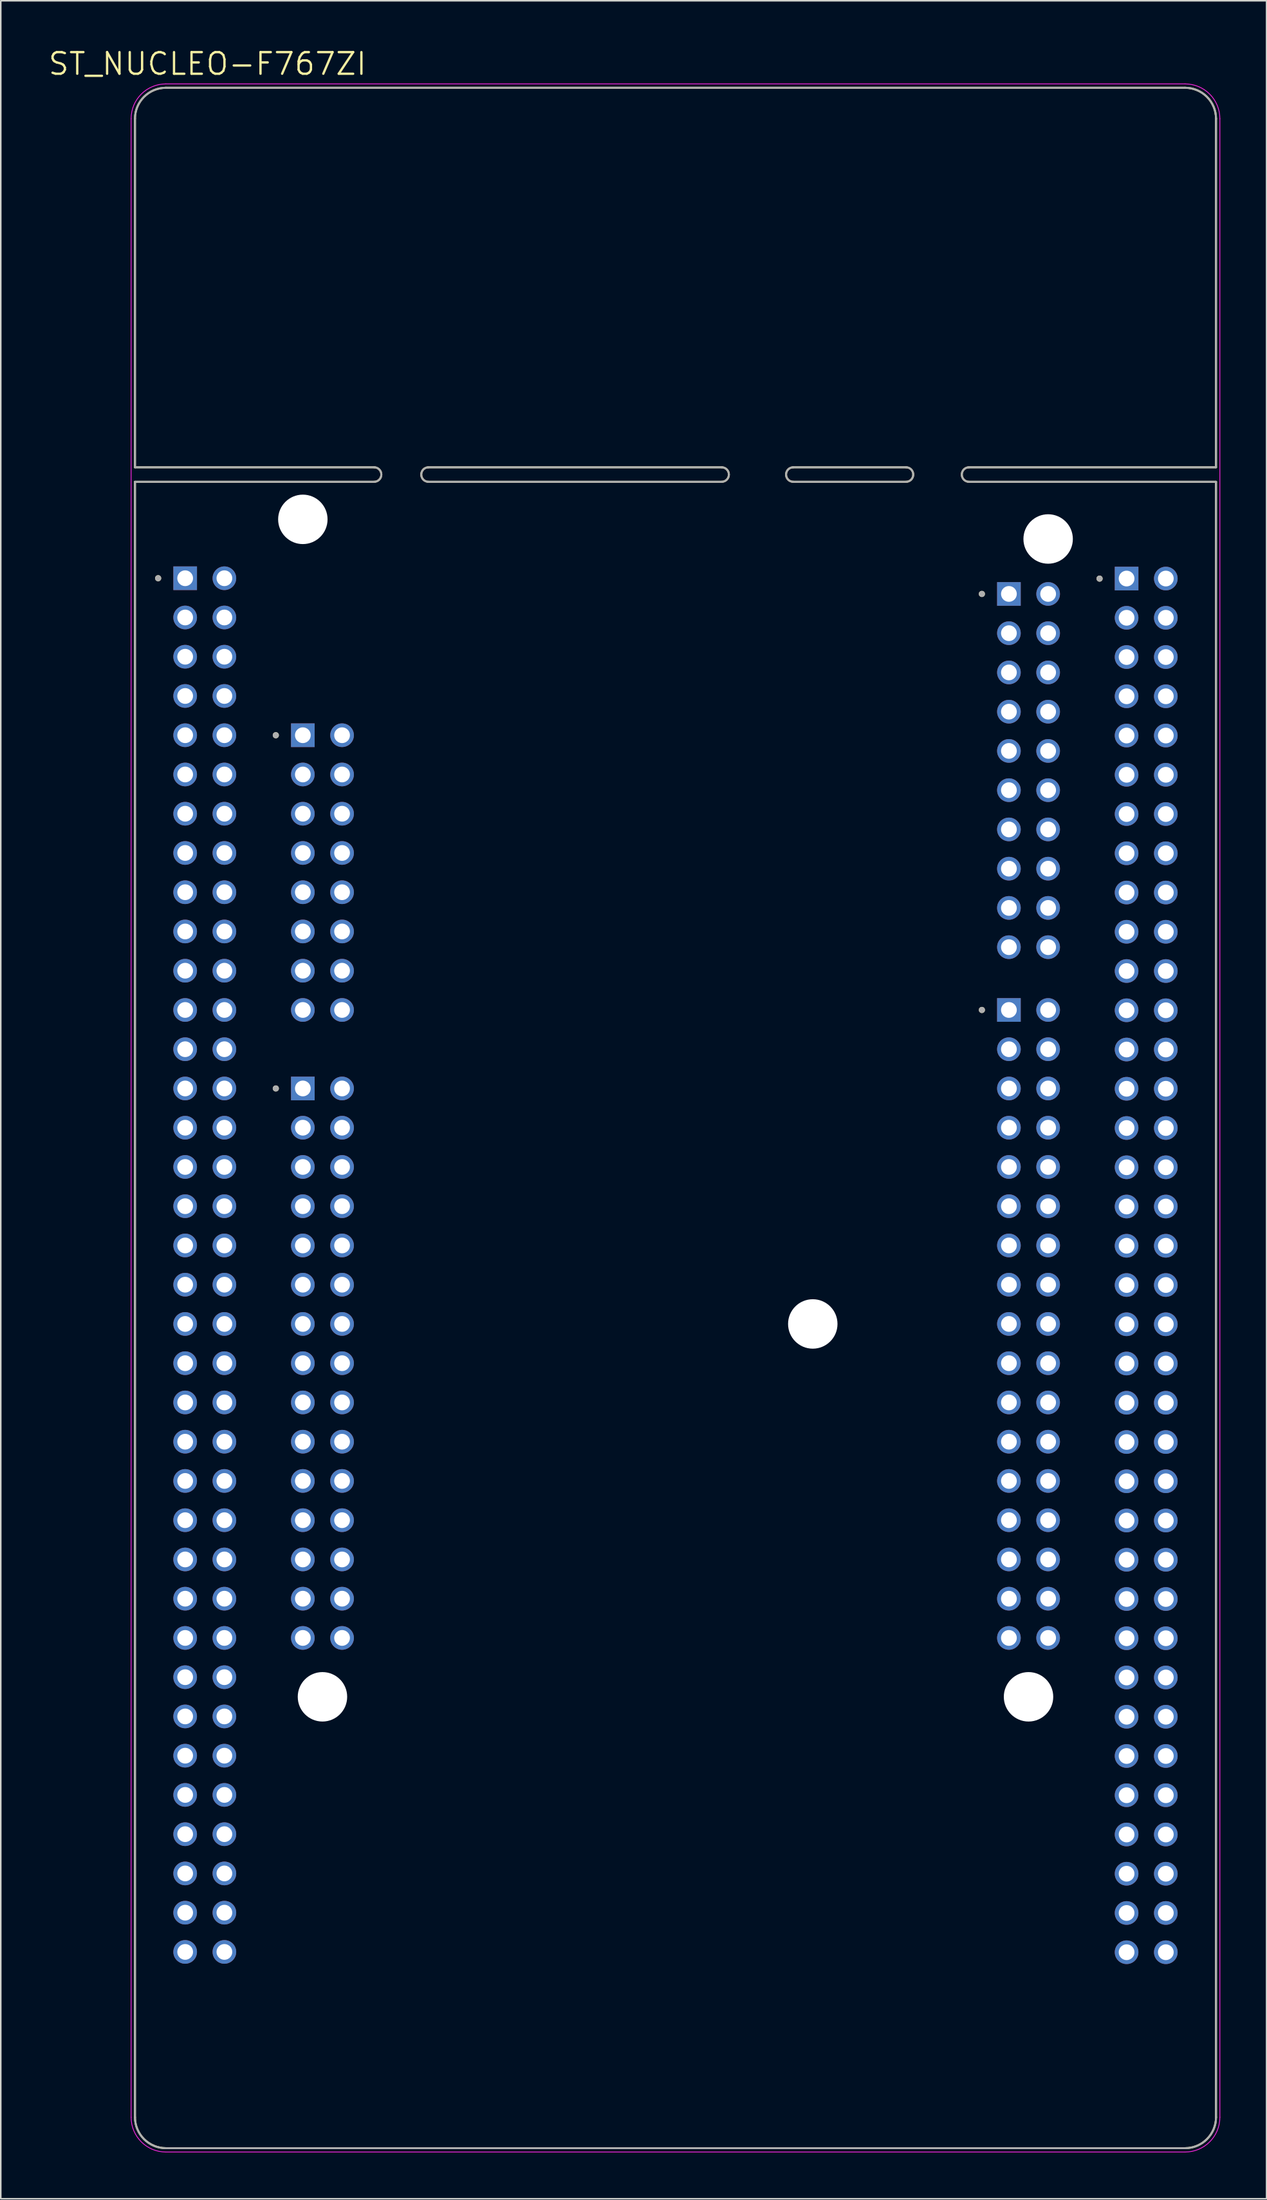
<source format=kicad_pcb>
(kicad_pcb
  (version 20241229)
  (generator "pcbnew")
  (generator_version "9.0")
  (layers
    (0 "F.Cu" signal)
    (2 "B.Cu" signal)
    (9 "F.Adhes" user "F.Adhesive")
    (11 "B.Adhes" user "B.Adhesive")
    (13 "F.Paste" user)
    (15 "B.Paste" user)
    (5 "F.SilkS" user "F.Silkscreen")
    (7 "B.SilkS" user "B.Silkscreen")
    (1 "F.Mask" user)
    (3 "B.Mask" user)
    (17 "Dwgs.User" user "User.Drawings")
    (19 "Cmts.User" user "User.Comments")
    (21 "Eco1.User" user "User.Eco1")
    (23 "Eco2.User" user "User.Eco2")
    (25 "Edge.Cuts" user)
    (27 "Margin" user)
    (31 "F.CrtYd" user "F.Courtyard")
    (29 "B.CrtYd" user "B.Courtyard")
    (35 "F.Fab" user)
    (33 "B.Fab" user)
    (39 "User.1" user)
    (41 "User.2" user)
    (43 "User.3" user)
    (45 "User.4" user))
  (footprint "ST_NUCLEO-F767ZI"
    (layer "F.Cu")
    (at 40.69 69.301)
    (property "Reference" "ST_NUCLEO-F767ZI" (at -30.305 -68.219 0) (layer "F.SilkS") (effects (font (size 1.4 1.4) (thickness 0.15))))
    (attr through_hole)
    (fp_line (start -35 -64.67) (end -35 -42.11) (stroke (width 0.127) (type solid)) (layer "F.SilkS"))
    (fp_line (start -35 -42.11) (end -19.507 -42.11) (stroke (width 0.127) (type solid)) (layer "F.SilkS"))
    (fp_line (start -35 -41.17) (end -35 64.67) (stroke (width 0.127) (type solid)) (layer "F.SilkS"))
    (fp_line (start -35 -41.17) (end -19.507 -41.17) (stroke (width 0.127) (type solid)) (layer "F.SilkS"))
    (fp_line (start -33 66.67) (end 33 66.67) (stroke (width 0.127) (type solid)) (layer "F.SilkS"))
    (fp_line (start -16.002 -42.11) (end 2.997 -42.11) (stroke (width 0.127) (type solid)) (layer "F.SilkS"))
    (fp_line (start -16.002 -41.17) (end 2.997 -41.17) (stroke (width 0.127) (type solid)) (layer "F.SilkS"))
    (fp_line (start 7.62 -42.11) (end 14.935 -42.11) (stroke (width 0.127) (type solid)) (layer "F.SilkS"))
    (fp_line (start 7.62 -41.17) (end 14.935 -41.17) (stroke (width 0.127) (type solid)) (layer "F.SilkS"))
    (fp_line (start 18.999 -42.11) (end 35 -42.11) (stroke (width 0.127) (type solid)) (layer "F.SilkS"))
    (fp_line (start 18.999 -41.17) (end 35 -41.17) (stroke (width 0.127) (type solid)) (layer "F.SilkS"))
    (fp_line (start 33 -66.67) (end -33 -66.67) (stroke (width 0.127) (type solid)) (layer "F.SilkS"))
    (fp_line (start 35 -42.11) (end 35 -64.67) (stroke (width 0.127) (type solid)) (layer "F.SilkS"))
    (fp_line (start 35 64.67) (end 35 -41.17) (stroke (width 0.127) (type solid)) (layer "F.SilkS"))
    (fp_arc (start -35 -64.67) (mid -34.414214 -66.084214) (end -33 -66.67) (stroke (width 0.127) (type solid)) (layer "F.SilkS"))
    (fp_arc (start -33 66.67) (mid -34.414214 66.084214) (end -35 64.67) (stroke (width 0.127) (type solid)) (layer "F.SilkS"))
    (fp_arc (start -19.507199 -42.11) (mid -19.044602 -41.64) (end -19.5072 -41.17) (stroke (width 0.127) (type solid)) (layer "F.SilkS"))
    (fp_arc (start -16.002001 -41.17) (mid -16.464598 -41.64) (end -16.002 -42.11) (stroke (width 0.127) (type solid)) (layer "F.SilkS"))
    (fp_arc (start 2.997201 -42.11) (mid 3.459798 -41.64) (end 2.9972 -41.17) (stroke (width 0.127) (type solid)) (layer "F.SilkS"))
    (fp_arc (start 7.619999 -41.17) (mid 7.157402 -41.64) (end 7.62 -42.11) (stroke (width 0.127) (type solid)) (layer "F.SilkS"))
    (fp_arc (start 14.935201 -42.11) (mid 15.397798 -41.64) (end 14.9352 -41.17) (stroke (width 0.127) (type solid)) (layer "F.SilkS"))
    (fp_arc (start 18.999199 -41.17) (mid 18.536602 -41.64) (end 18.9992 -42.11) (stroke (width 0.127) (type solid)) (layer "F.SilkS"))
    (fp_arc (start 33 -66.67) (mid 34.414214 -66.084214) (end 35 -64.67) (stroke (width 0.127) (type solid)) (layer "F.SilkS"))
    (fp_arc (start 35 64.67) (mid 34.414214 66.084214) (end 33 66.67) (stroke (width 0.127) (type solid)) (layer "F.SilkS"))
    (fp_circle (center -33.5 -34.93) (end -33.4 -34.93) (stroke (width 0.2) (type solid)) (fill no) (layer "F.SilkS"))
    (fp_circle (center -25.88 -24.77) (end -25.78 -24.77) (stroke (width 0.2) (type solid)) (fill no) (layer "F.SilkS"))
    (fp_circle (center -25.88 -1.91) (end -25.78 -1.91) (stroke (width 0.2) (type solid)) (fill no) (layer "F.SilkS"))
    (fp_circle (center 19.84 -33.914) (end 19.94 -33.914) (stroke (width 0.2) (type solid)) (fill no) (layer "F.SilkS"))
    (fp_circle (center 19.84 -6.99) (end 19.94 -6.99) (stroke (width 0.2) (type solid)) (fill no) (layer "F.SilkS"))
    (fp_circle (center 27.46 -34.905) (end 27.56 -34.905) (stroke (width 0.2) (type solid)) (fill no) (layer "F.SilkS"))
    (fp_line (start -35.25 -64.67) (end -35.25 64.67) (stroke (width 0.05) (type solid)) (layer "F.CrtYd"))
    (fp_line (start -33 66.92) (end 33 66.92) (stroke (width 0.05) (type solid)) (layer "F.CrtYd"))
    (fp_line (start 33 -66.92) (end -33 -66.92) (stroke (width 0.05) (type solid)) (layer "F.CrtYd"))
    (fp_line (start 35.25 64.67) (end 35.25 -64.67) (stroke (width 0.05) (type solid)) (layer "F.CrtYd"))
    (fp_arc (start -35.25 -64.67) (mid -34.59099 -66.26099) (end -33 -66.92) (stroke (width 0.05) (type solid)) (layer "F.CrtYd"))
    (fp_arc (start -33 66.92) (mid -34.59099 66.26099) (end -35.25 64.67) (stroke (width 0.05) (type solid)) (layer "F.CrtYd"))
    (fp_arc (start 33 -66.92) (mid 34.59099 -66.26099) (end 35.25 -64.67) (stroke (width 0.05) (type solid)) (layer "F.CrtYd"))
    (fp_arc (start 35.25 64.67) (mid 34.59099 66.26099) (end 33 66.92) (stroke (width 0.05) (type solid)) (layer "F.CrtYd"))
    (fp_line (start -35 -64.67) (end -35 -42.11) (stroke (width 0.127) (type solid)) (layer "F.Fab"))
    (fp_line (start -35 -42.11) (end -19.507 -42.11) (stroke (width 0.127) (type solid)) (layer "F.Fab"))
    (fp_line (start -35 -41.17) (end -35 64.67) (stroke (width 0.127) (type solid)) (layer "F.Fab"))
    (fp_line (start -35 -41.17) (end -19.507 -41.17) (stroke (width 0.127) (type solid)) (layer "F.Fab"))
    (fp_line (start -33 66.67) (end 33 66.67) (stroke (width 0.127) (type solid)) (layer "F.Fab"))
    (fp_line (start -16.002 -42.11) (end 2.997 -42.11) (stroke (width 0.127) (type solid)) (layer "F.Fab"))
    (fp_line (start -16.002 -41.17) (end 2.997 -41.17) (stroke (width 0.127) (type solid)) (layer "F.Fab"))
    (fp_line (start 7.62 -42.11) (end 14.935 -42.11) (stroke (width 0.127) (type solid)) (layer "F.Fab"))
    (fp_line (start 7.62 -41.17) (end 14.935 -41.17) (stroke (width 0.127) (type solid)) (layer "F.Fab"))
    (fp_line (start 18.999 -42.11) (end 35 -42.11) (stroke (width 0.127) (type solid)) (layer "F.Fab"))
    (fp_line (start 18.999 -41.17) (end 35 -41.17) (stroke (width 0.127) (type solid)) (layer "F.Fab"))
    (fp_line (start 33 -66.67) (end -33 -66.67) (stroke (width 0.127) (type solid)) (layer "F.Fab"))
    (fp_line (start 35 -42.11) (end 35 -64.67) (stroke (width 0.127) (type solid)) (layer "F.Fab"))
    (fp_line (start 35 64.67) (end 35 -41.17) (stroke (width 0.127) (type solid)) (layer "F.Fab"))
    (fp_arc (start -35 -64.67) (mid -34.414214 -66.084214) (end -33 -66.67) (stroke (width 0.127) (type solid)) (layer "F.Fab"))
    (fp_arc (start -33 66.67) (mid -34.414214 66.084214) (end -35 64.67) (stroke (width 0.127) (type solid)) (layer "F.Fab"))
    (fp_arc (start -19.507199 -42.11) (mid -19.044602 -41.64) (end -19.5072 -41.17) (stroke (width 0.127) (type solid)) (layer "F.Fab"))
    (fp_arc (start -16.002001 -41.17) (mid -16.464598 -41.64) (end -16.002 -42.11) (stroke (width 0.127) (type solid)) (layer "F.Fab"))
    (fp_arc (start 2.997201 -42.11) (mid 3.459798 -41.64) (end 2.9972 -41.17) (stroke (width 0.127) (type solid)) (layer "F.Fab"))
    (fp_arc (start 7.619999 -41.17) (mid 7.157402 -41.64) (end 7.62 -42.11) (stroke (width 0.127) (type solid)) (layer "F.Fab"))
    (fp_arc (start 14.935201 -42.11) (mid 15.397798 -41.64) (end 14.9352 -41.17) (stroke (width 0.127) (type solid)) (layer "F.Fab"))
    (fp_arc (start 18.999199 -41.17) (mid 18.536602 -41.64) (end 18.9992 -42.11) (stroke (width 0.127) (type solid)) (layer "F.Fab"))
    (fp_arc (start 33 -66.67) (mid 34.414214 -66.084214) (end 35 -64.67) (stroke (width 0.127) (type solid)) (layer "F.Fab"))
    (fp_arc (start 35 64.67) (mid 34.414214 66.084214) (end 33 66.67) (stroke (width 0.127) (type solid)) (layer "F.Fab"))
    (fp_circle (center -33.5 -34.93) (end -33.4 -34.93) (stroke (width 0.2) (type solid)) (fill no) (layer "F.Fab"))
    (fp_circle (center -25.88 -24.77) (end -25.78 -24.77) (stroke (width 0.2) (type solid)) (fill no) (layer "F.Fab"))
    (fp_circle (center -25.88 -1.91) (end -25.78 -1.91) (stroke (width 0.2) (type solid)) (fill no) (layer "F.Fab"))
    (fp_circle (center 19.84 -33.914) (end 19.94 -33.914) (stroke (width 0.2) (type solid)) (fill no) (layer "F.Fab"))
    (fp_circle (center 19.84 -6.99) (end 19.94 -6.99) (stroke (width 0.2) (type solid)) (fill no) (layer "F.Fab"))
    (fp_circle (center 27.46 -34.905) (end 27.56 -34.905) (stroke (width 0.2) (type solid)) (fill no) (layer "F.Fab"))
    (pad "" np_thru_hole circle (at -24.13 -38.74) (size 3.2 3.2) (drill 3.2) (layers "*.Cu" "*.Mask"))
    (pad "" np_thru_hole circle (at -22.86 37.46) (size 3.2 3.2) (drill 3.2) (layers "*.Cu" "*.Mask"))
    (pad "" np_thru_hole circle (at 8.89 13.33) (size 3.2 3.2) (drill 3.2) (layers "*.Cu" "*.Mask"))
    (pad "" np_thru_hole circle (at 22.86 37.46) (size 3.2 3.2) (drill 3.2) (layers "*.Cu" "*.Mask"))
    (pad "" np_thru_hole circle (at 24.13 -37.47) (size 3.2 3.2) (drill 3.2) (layers "*.Cu" "*.Mask"))
    (pad "CN7_1" thru_hole rect (at 21.59 -33.914) (size 1.53 1.53) (drill 1.02) (layers "*.Cu" "*.Mask"))
    (pad "CN7_2" thru_hole circle (at 24.13 -33.914) (size 1.53 1.53) (drill 1.02) (layers "*.Cu" "*.Mask"))
    (pad "CN7_3" thru_hole circle (at 21.59 -31.374) (size 1.53 1.53) (drill 1.02) (layers "*.Cu" "*.Mask"))
    (pad "CN7_4" thru_hole circle (at 24.13 -31.374) (size 1.53 1.53) (drill 1.02) (layers "*.Cu" "*.Mask"))
    (pad "CN7_5" thru_hole circle (at 21.59 -28.834) (size 1.53 1.53) (drill 1.02) (layers "*.Cu" "*.Mask"))
    (pad "CN7_6" thru_hole circle (at 24.13 -28.834) (size 1.53 1.53) (drill 1.02) (layers "*.Cu" "*.Mask"))
    (pad "CN7_7" thru_hole circle (at 21.59 -26.294) (size 1.53 1.53) (drill 1.02) (layers "*.Cu" "*.Mask"))
    (pad "CN7_8" thru_hole circle (at 24.13 -26.294) (size 1.53 1.53) (drill 1.02) (layers "*.Cu" "*.Mask"))
    (pad "CN7_9" thru_hole circle (at 21.59 -23.754) (size 1.53 1.53) (drill 1.02) (layers "*.Cu" "*.Mask"))
    (pad "CN7_10" thru_hole circle (at 24.13 -23.754) (size 1.53 1.53) (drill 1.02) (layers "*.Cu" "*.Mask"))
    (pad "CN7_11" thru_hole circle (at 21.59 -21.214) (size 1.53 1.53) (drill 1.02) (layers "*.Cu" "*.Mask"))
    (pad "CN7_12" thru_hole circle (at 24.13 -21.214) (size 1.53 1.53) (drill 1.02) (layers "*.Cu" "*.Mask"))
    (pad "CN7_13" thru_hole circle (at 21.59 -18.674) (size 1.53 1.53) (drill 1.02) (layers "*.Cu" "*.Mask"))
    (pad "CN7_14" thru_hole circle (at 24.13 -18.674) (size 1.53 1.53) (drill 1.02) (layers "*.Cu" "*.Mask"))
    (pad "CN7_15" thru_hole circle (at 21.59 -16.134) (size 1.53 1.53) (drill 1.02) (layers "*.Cu" "*.Mask"))
    (pad "CN7_16" thru_hole circle (at 24.13 -16.134) (size 1.53 1.53) (drill 1.02) (layers "*.Cu" "*.Mask"))
    (pad "CN7_17" thru_hole circle (at 21.59 -13.594) (size 1.53 1.53) (drill 1.02) (layers "*.Cu" "*.Mask"))
    (pad "CN7_18" thru_hole circle (at 24.13 -13.594) (size 1.53 1.53) (drill 1.02) (layers "*.Cu" "*.Mask"))
    (pad "CN7_19" thru_hole circle (at 21.59 -11.054) (size 1.53 1.53) (drill 1.02) (layers "*.Cu" "*.Mask"))
    (pad "CN7_20" thru_hole circle (at 24.13 -11.054) (size 1.53 1.53) (drill 1.02) (layers "*.Cu" "*.Mask"))
    (pad "CN8_1" thru_hole rect (at -24.13 -24.77) (size 1.53 1.53) (drill 1.02) (layers "*.Cu" "*.Mask"))
    (pad "CN8_2" thru_hole circle (at -21.59 -24.77) (size 1.53 1.53) (drill 1.02) (layers "*.Cu" "*.Mask"))
    (pad "CN8_3" thru_hole circle (at -24.13 -22.23) (size 1.53 1.53) (drill 1.02) (layers "*.Cu" "*.Mask"))
    (pad "CN8_4" thru_hole circle (at -21.59 -22.23) (size 1.53 1.53) (drill 1.02) (layers "*.Cu" "*.Mask"))
    (pad "CN8_5" thru_hole circle (at -24.13 -19.69) (size 1.53 1.53) (drill 1.02) (layers "*.Cu" "*.Mask"))
    (pad "CN8_6" thru_hole circle (at -21.59 -19.69) (size 1.53 1.53) (drill 1.02) (layers "*.Cu" "*.Mask"))
    (pad "CN8_7" thru_hole circle (at -24.13 -17.15) (size 1.53 1.53) (drill 1.02) (layers "*.Cu" "*.Mask"))
    (pad "CN8_8" thru_hole circle (at -21.59 -17.15) (size 1.53 1.53) (drill 1.02) (layers "*.Cu" "*.Mask"))
    (pad "CN8_9" thru_hole circle (at -24.13 -14.61) (size 1.53 1.53) (drill 1.02) (layers "*.Cu" "*.Mask"))
    (pad "CN8_10" thru_hole circle (at -21.59 -14.61) (size 1.53 1.53) (drill 1.02) (layers "*.Cu" "*.Mask"))
    (pad "CN8_11" thru_hole circle (at -24.13 -12.07) (size 1.53 1.53) (drill 1.02) (layers "*.Cu" "*.Mask"))
    (pad "CN8_12" thru_hole circle (at -21.59 -12.07) (size 1.53 1.53) (drill 1.02) (layers "*.Cu" "*.Mask"))
    (pad "CN8_13" thru_hole circle (at -24.13 -9.53) (size 1.53 1.53) (drill 1.02) (layers "*.Cu" "*.Mask"))
    (pad "CN8_14" thru_hole circle (at -21.59 -9.53) (size 1.53 1.53) (drill 1.02) (layers "*.Cu" "*.Mask"))
    (pad "CN8_15" thru_hole circle (at -24.13 -6.99) (size 1.53 1.53) (drill 1.02) (layers "*.Cu" "*.Mask"))
    (pad "CN8_16" thru_hole circle (at -21.59 -6.99) (size 1.53 1.53) (drill 1.02) (layers "*.Cu" "*.Mask"))
    (pad "CN9_1" thru_hole rect (at -24.13 -1.91) (size 1.53 1.53) (drill 1.02) (layers "*.Cu" "*.Mask"))
    (pad "CN9_2" thru_hole circle (at -21.59 -1.91) (size 1.53 1.53) (drill 1.02) (layers "*.Cu" "*.Mask"))
    (pad "CN9_3" thru_hole circle (at -24.13 0.63) (size 1.53 1.53) (drill 1.02) (layers "*.Cu" "*.Mask"))
    (pad "CN9_4" thru_hole circle (at -21.59 0.63) (size 1.53 1.53) (drill 1.02) (layers "*.Cu" "*.Mask"))
    (pad "CN9_5" thru_hole circle (at -24.13 3.17) (size 1.53 1.53) (drill 1.02) (layers "*.Cu" "*.Mask"))
    (pad "CN9_6" thru_hole circle (at -21.59 3.17) (size 1.53 1.53) (drill 1.02) (layers "*.Cu" "*.Mask"))
    (pad "CN9_7" thru_hole circle (at -24.13 5.71) (size 1.53 1.53) (drill 1.02) (layers "*.Cu" "*.Mask"))
    (pad "CN9_8" thru_hole circle (at -21.59 5.71) (size 1.53 1.53) (drill 1.02) (layers "*.Cu" "*.Mask"))
    (pad "CN9_9" thru_hole circle (at -24.13 8.25) (size 1.53 1.53) (drill 1.02) (layers "*.Cu" "*.Mask"))
    (pad "CN9_10" thru_hole circle (at -21.59 8.25) (size 1.53 1.53) (drill 1.02) (layers "*.Cu" "*.Mask"))
    (pad "CN9_11" thru_hole circle (at -24.13 10.79) (size 1.53 1.53) (drill 1.02) (layers "*.Cu" "*.Mask"))
    (pad "CN9_12" thru_hole circle (at -21.59 10.79) (size 1.53 1.53) (drill 1.02) (layers "*.Cu" "*.Mask"))
    (pad "CN9_13" thru_hole circle (at -24.13 13.33) (size 1.53 1.53) (drill 1.02) (layers "*.Cu" "*.Mask"))
    (pad "CN9_14" thru_hole circle (at -21.59 13.33) (size 1.53 1.53) (drill 1.02) (layers "*.Cu" "*.Mask"))
    (pad "CN9_15" thru_hole circle (at -24.13 15.87) (size 1.53 1.53) (drill 1.02) (layers "*.Cu" "*.Mask"))
    (pad "CN9_16" thru_hole circle (at -21.59 15.87) (size 1.53 1.53) (drill 1.02) (layers "*.Cu" "*.Mask"))
    (pad "CN9_17" thru_hole circle (at -24.13 18.41) (size 1.53 1.53) (drill 1.02) (layers "*.Cu" "*.Mask"))
    (pad "CN9_18" thru_hole circle (at -21.59 18.41) (size 1.53 1.53) (drill 1.02) (layers "*.Cu" "*.Mask"))
    (pad "CN9_19" thru_hole circle (at -24.13 20.95) (size 1.53 1.53) (drill 1.02) (layers "*.Cu" "*.Mask"))
    (pad "CN9_20" thru_hole circle (at -21.59 20.95) (size 1.53 1.53) (drill 1.02) (layers "*.Cu" "*.Mask"))
    (pad "CN9_21" thru_hole circle (at -24.13 23.49) (size 1.53 1.53) (drill 1.02) (layers "*.Cu" "*.Mask"))
    (pad "CN9_22" thru_hole circle (at -21.59 23.49) (size 1.53 1.53) (drill 1.02) (layers "*.Cu" "*.Mask"))
    (pad "CN9_23" thru_hole circle (at -24.13 26.03) (size 1.53 1.53) (drill 1.02) (layers "*.Cu" "*.Mask"))
    (pad "CN9_24" thru_hole circle (at -21.59 26.03) (size 1.53 1.53) (drill 1.02) (layers "*.Cu" "*.Mask"))
    (pad "CN9_25" thru_hole circle (at -24.13 28.57) (size 1.53 1.53) (drill 1.02) (layers "*.Cu" "*.Mask"))
    (pad "CN9_26" thru_hole circle (at -21.59 28.57) (size 1.53 1.53) (drill 1.02) (layers "*.Cu" "*.Mask"))
    (pad "CN9_27" thru_hole circle (at -24.13 31.11) (size 1.53 1.53) (drill 1.02) (layers "*.Cu" "*.Mask"))
    (pad "CN9_28" thru_hole circle (at -21.59 31.11) (size 1.53 1.53) (drill 1.02) (layers "*.Cu" "*.Mask"))
    (pad "CN9_29" thru_hole circle (at -24.13 33.65) (size 1.53 1.53) (drill 1.02) (layers "*.Cu" "*.Mask"))
    (pad "CN9_30" thru_hole circle (at -21.59 33.65) (size 1.53 1.53) (drill 1.02) (layers "*.Cu" "*.Mask"))
    (pad "CN10_1" thru_hole rect (at 21.59 -6.99) (size 1.53 1.53) (drill 1.02) (layers "*.Cu" "*.Mask"))
    (pad "CN10_2" thru_hole circle (at 24.13 -6.99) (size 1.53 1.53) (drill 1.02) (layers "*.Cu" "*.Mask"))
    (pad "CN10_3" thru_hole circle (at 21.59 -4.45) (size 1.53 1.53) (drill 1.02) (layers "*.Cu" "*.Mask"))
    (pad "CN10_4" thru_hole circle (at 24.13 -4.45) (size 1.53 1.53) (drill 1.02) (layers "*.Cu" "*.Mask"))
    (pad "CN10_5" thru_hole circle (at 21.59 -1.91) (size 1.53 1.53) (drill 1.02) (layers "*.Cu" "*.Mask"))
    (pad "CN10_6" thru_hole circle (at 24.13 -1.91) (size 1.53 1.53) (drill 1.02) (layers "*.Cu" "*.Mask"))
    (pad "CN10_7" thru_hole circle (at 21.59 0.63) (size 1.53 1.53) (drill 1.02) (layers "*.Cu" "*.Mask"))
    (pad "CN10_8" thru_hole circle (at 24.13 0.63) (size 1.53 1.53) (drill 1.02) (layers "*.Cu" "*.Mask"))
    (pad "CN10_9" thru_hole circle (at 21.59 3.17) (size 1.53 1.53) (drill 1.02) (layers "*.Cu" "*.Mask"))
    (pad "CN10_10" thru_hole circle (at 24.13 3.17) (size 1.53 1.53) (drill 1.02) (layers "*.Cu" "*.Mask"))
    (pad "CN10_11" thru_hole circle (at 21.59 5.71) (size 1.53 1.53) (drill 1.02) (layers "*.Cu" "*.Mask"))
    (pad "CN10_12" thru_hole circle (at 24.13 5.71) (size 1.53 1.53) (drill 1.02) (layers "*.Cu" "*.Mask"))
    (pad "CN10_13" thru_hole circle (at 21.59 8.25) (size 1.53 1.53) (drill 1.02) (layers "*.Cu" "*.Mask"))
    (pad "CN10_14" thru_hole circle (at 24.13 8.25) (size 1.53 1.53) (drill 1.02) (layers "*.Cu" "*.Mask"))
    (pad "CN10_15" thru_hole circle (at 21.59 10.79) (size 1.53 1.53) (drill 1.02) (layers "*.Cu" "*.Mask"))
    (pad "CN10_16" thru_hole circle (at 24.13 10.79) (size 1.53 1.53) (drill 1.02) (layers "*.Cu" "*.Mask"))
    (pad "CN10_17" thru_hole circle (at 21.59 13.33) (size 1.53 1.53) (drill 1.02) (layers "*.Cu" "*.Mask"))
    (pad "CN10_18" thru_hole circle (at 24.13 13.33) (size 1.53 1.53) (drill 1.02) (layers "*.Cu" "*.Mask"))
    (pad "CN10_19" thru_hole circle (at 21.59 15.87) (size 1.53 1.53) (drill 1.02) (layers "*.Cu" "*.Mask"))
    (pad "CN10_20" thru_hole circle (at 24.13 15.87) (size 1.53 1.53) (drill 1.02) (layers "*.Cu" "*.Mask"))
    (pad "CN10_21" thru_hole circle (at 21.59 18.41) (size 1.53 1.53) (drill 1.02) (layers "*.Cu" "*.Mask"))
    (pad "CN10_22" thru_hole circle (at 24.13 18.41) (size 1.53 1.53) (drill 1.02) (layers "*.Cu" "*.Mask"))
    (pad "CN10_23" thru_hole circle (at 21.59 20.95) (size 1.53 1.53) (drill 1.02) (layers "*.Cu" "*.Mask"))
    (pad "CN10_24" thru_hole circle (at 24.13 20.95) (size 1.53 1.53) (drill 1.02) (layers "*.Cu" "*.Mask"))
    (pad "CN10_25" thru_hole circle (at 21.59 23.49) (size 1.53 1.53) (drill 1.02) (layers "*.Cu" "*.Mask"))
    (pad "CN10_26" thru_hole circle (at 24.13 23.49) (size 1.53 1.53) (drill 1.02) (layers "*.Cu" "*.Mask"))
    (pad "CN10_27" thru_hole circle (at 21.59 26.03) (size 1.53 1.53) (drill 1.02) (layers "*.Cu" "*.Mask"))
    (pad "CN10_28" thru_hole circle (at 24.13 26.03) (size 1.53 1.53) (drill 1.02) (layers "*.Cu" "*.Mask"))
    (pad "CN10_29" thru_hole circle (at 21.59 28.57) (size 1.53 1.53) (drill 1.02) (layers "*.Cu" "*.Mask"))
    (pad "CN10_30" thru_hole circle (at 24.13 28.57) (size 1.53 1.53) (drill 1.02) (layers "*.Cu" "*.Mask"))
    (pad "CN10_31" thru_hole circle (at 21.59 31.11) (size 1.53 1.53) (drill 1.02) (layers "*.Cu" "*.Mask"))
    (pad "CN10_32" thru_hole circle (at 24.13 31.11) (size 1.53 1.53) (drill 1.02) (layers "*.Cu" "*.Mask"))
    (pad "CN10_33" thru_hole circle (at 21.59 33.65) (size 1.53 1.53) (drill 1.02) (layers "*.Cu" "*.Mask"))
    (pad "CN10_34" thru_hole circle (at 24.13 33.65) (size 1.53 1.53) (drill 1.02) (layers "*.Cu" "*.Mask"))
    (pad "CN11_1" thru_hole rect (at -31.75 -34.93) (size 1.53 1.53) (drill 1.02) (layers "*.Cu" "*.Mask"))
    (pad "CN11_2" thru_hole circle (at -29.21 -34.93) (size 1.53 1.53) (drill 1.02) (layers "*.Cu" "*.Mask"))
    (pad "CN11_3" thru_hole circle (at -31.75 -32.39) (size 1.53 1.53) (drill 1.02) (layers "*.Cu" "*.Mask"))
    (pad "CN11_4" thru_hole circle (at -29.21 -32.39) (size 1.53 1.53) (drill 1.02) (layers "*.Cu" "*.Mask"))
    (pad "CN11_5" thru_hole circle (at -31.75 -29.85) (size 1.53 1.53) (drill 1.02) (layers "*.Cu" "*.Mask"))
    (pad "CN11_6" thru_hole circle (at -29.21 -29.85) (size 1.53 1.53) (drill 1.02) (layers "*.Cu" "*.Mask"))
    (pad "CN11_7" thru_hole circle (at -31.75 -27.31) (size 1.53 1.53) (drill 1.02) (layers "*.Cu" "*.Mask"))
    (pad "CN11_8" thru_hole circle (at -29.21 -27.31) (size 1.53 1.53) (drill 1.02) (layers "*.Cu" "*.Mask"))
    (pad "CN11_9" thru_hole circle (at -31.75 -24.77) (size 1.53 1.53) (drill 1.02) (layers "*.Cu" "*.Mask"))
    (pad "CN11_10" thru_hole circle (at -29.21 -24.77) (size 1.53 1.53) (drill 1.02) (layers "*.Cu" "*.Mask"))
    (pad "CN11_11" thru_hole circle (at -31.75 -22.23) (size 1.53 1.53) (drill 1.02) (layers "*.Cu" "*.Mask"))
    (pad "CN11_12" thru_hole circle (at -29.21 -22.23) (size 1.53 1.53) (drill 1.02) (layers "*.Cu" "*.Mask"))
    (pad "CN11_13" thru_hole circle (at -31.75 -19.69) (size 1.53 1.53) (drill 1.02) (layers "*.Cu" "*.Mask"))
    (pad "CN11_14" thru_hole circle (at -29.21 -19.69) (size 1.53 1.53) (drill 1.02) (layers "*.Cu" "*.Mask"))
    (pad "CN11_15" thru_hole circle (at -31.75 -17.15) (size 1.53 1.53) (drill 1.02) (layers "*.Cu" "*.Mask"))
    (pad "CN11_16" thru_hole circle (at -29.21 -17.15) (size 1.53 1.53) (drill 1.02) (layers "*.Cu" "*.Mask"))
    (pad "CN11_17" thru_hole circle (at -31.75 -14.61) (size 1.53 1.53) (drill 1.02) (layers "*.Cu" "*.Mask"))
    (pad "CN11_18" thru_hole circle (at -29.21 -14.61) (size 1.53 1.53) (drill 1.02) (layers "*.Cu" "*.Mask"))
    (pad "CN11_19" thru_hole circle (at -31.75 -12.07) (size 1.53 1.53) (drill 1.02) (layers "*.Cu" "*.Mask"))
    (pad "CN11_20" thru_hole circle (at -29.21 -12.07) (size 1.53 1.53) (drill 1.02) (layers "*.Cu" "*.Mask"))
    (pad "CN11_21" thru_hole circle (at -31.75 -9.53) (size 1.53 1.53) (drill 1.02) (layers "*.Cu" "*.Mask"))
    (pad "CN11_22" thru_hole circle (at -29.21 -9.53) (size 1.53 1.53) (drill 1.02) (layers "*.Cu" "*.Mask"))
    (pad "CN11_23" thru_hole circle (at -31.75 -6.99) (size 1.53 1.53) (drill 1.02) (layers "*.Cu" "*.Mask"))
    (pad "CN11_24" thru_hole circle (at -29.21 -6.99) (size 1.53 1.53) (drill 1.02) (layers "*.Cu" "*.Mask"))
    (pad "CN11_25" thru_hole circle (at -31.75 -4.45) (size 1.53 1.53) (drill 1.02) (layers "*.Cu" "*.Mask"))
    (pad "CN11_26" thru_hole circle (at -29.21 -4.45) (size 1.53 1.53) (drill 1.02) (layers "*.Cu" "*.Mask"))
    (pad "CN11_27" thru_hole circle (at -31.75 -1.91) (size 1.53 1.53) (drill 1.02) (layers "*.Cu" "*.Mask"))
    (pad "CN11_28" thru_hole circle (at -29.21 -1.91) (size 1.53 1.53) (drill 1.02) (layers "*.Cu" "*.Mask"))
    (pad "CN11_29" thru_hole circle (at -31.75 0.63) (size 1.53 1.53) (drill 1.02) (layers "*.Cu" "*.Mask"))
    (pad "CN11_30" thru_hole circle (at -29.21 0.63) (size 1.53 1.53) (drill 1.02) (layers "*.Cu" "*.Mask"))
    (pad "CN11_31" thru_hole circle (at -31.75 3.17) (size 1.53 1.53) (drill 1.02) (layers "*.Cu" "*.Mask"))
    (pad "CN11_32" thru_hole circle (at -29.21 3.17) (size 1.53 1.53) (drill 1.02) (layers "*.Cu" "*.Mask"))
    (pad "CN11_33" thru_hole circle (at -31.75 5.71) (size 1.53 1.53) (drill 1.02) (layers "*.Cu" "*.Mask"))
    (pad "CN11_34" thru_hole circle (at -29.21 5.71) (size 1.53 1.53) (drill 1.02) (layers "*.Cu" "*.Mask"))
    (pad "CN11_35" thru_hole circle (at -31.75 8.25) (size 1.53 1.53) (drill 1.02) (layers "*.Cu" "*.Mask"))
    (pad "CN11_36" thru_hole circle (at -29.21 8.25) (size 1.53 1.53) (drill 1.02) (layers "*.Cu" "*.Mask"))
    (pad "CN11_37" thru_hole circle (at -31.75 10.79) (size 1.53 1.53) (drill 1.02) (layers "*.Cu" "*.Mask"))
    (pad "CN11_38" thru_hole circle (at -29.21 10.79) (size 1.53 1.53) (drill 1.02) (layers "*.Cu" "*.Mask"))
    (pad "CN11_39" thru_hole circle (at -31.75 13.33) (size 1.53 1.53) (drill 1.02) (layers "*.Cu" "*.Mask"))
    (pad "CN11_40" thru_hole circle (at -29.21 13.33) (size 1.53 1.53) (drill 1.02) (layers "*.Cu" "*.Mask"))
    (pad "CN11_41" thru_hole circle (at -31.75 15.87) (size 1.53 1.53) (drill 1.02) (layers "*.Cu" "*.Mask"))
    (pad "CN11_42" thru_hole circle (at -29.21 15.87) (size 1.53 1.53) (drill 1.02) (layers "*.Cu" "*.Mask"))
    (pad "CN11_43" thru_hole circle (at -31.75 18.41) (size 1.53 1.53) (drill 1.02) (layers "*.Cu" "*.Mask"))
    (pad "CN11_44" thru_hole circle (at -29.21 18.41) (size 1.53 1.53) (drill 1.02) (layers "*.Cu" "*.Mask"))
    (pad "CN11_45" thru_hole circle (at -31.75 20.95) (size 1.53 1.53) (drill 1.02) (layers "*.Cu" "*.Mask"))
    (pad "CN11_46" thru_hole circle (at -29.21 20.95) (size 1.53 1.53) (drill 1.02) (layers "*.Cu" "*.Mask"))
    (pad "CN11_47" thru_hole circle (at -31.75 23.49) (size 1.53 1.53) (drill 1.02) (layers "*.Cu" "*.Mask"))
    (pad "CN11_48" thru_hole circle (at -29.21 23.49) (size 1.53 1.53) (drill 1.02) (layers "*.Cu" "*.Mask"))
    (pad "CN11_49" thru_hole circle (at -31.75 26.03) (size 1.53 1.53) (drill 1.02) (layers "*.Cu" "*.Mask"))
    (pad "CN11_50" thru_hole circle (at -29.21 26.03) (size 1.53 1.53) (drill 1.02) (layers "*.Cu" "*.Mask"))
    (pad "CN11_51" thru_hole circle (at -31.75 28.57) (size 1.53 1.53) (drill 1.02) (layers "*.Cu" "*.Mask"))
    (pad "CN11_52" thru_hole circle (at -29.21 28.57) (size 1.53 1.53) (drill 1.02) (layers "*.Cu" "*.Mask"))
    (pad "CN11_53" thru_hole circle (at -31.75 31.11) (size 1.53 1.53) (drill 1.02) (layers "*.Cu" "*.Mask"))
    (pad "CN11_54" thru_hole circle (at -29.21 31.11) (size 1.53 1.53) (drill 1.02) (layers "*.Cu" "*.Mask"))
    (pad "CN11_55" thru_hole circle (at -31.75 33.65) (size 1.53 1.53) (drill 1.02) (layers "*.Cu" "*.Mask"))
    (pad "CN11_56" thru_hole circle (at -29.21 33.65) (size 1.53 1.53) (drill 1.02) (layers "*.Cu" "*.Mask"))
    (pad "CN11_57" thru_hole circle (at -31.75 36.19) (size 1.53 1.53) (drill 1.02) (layers "*.Cu" "*.Mask"))
    (pad "CN11_58" thru_hole circle (at -29.21 36.19) (size 1.53 1.53) (drill 1.02) (layers "*.Cu" "*.Mask"))
    (pad "CN11_59" thru_hole circle (at -31.75 38.73) (size 1.53 1.53) (drill 1.02) (layers "*.Cu" "*.Mask"))
    (pad "CN11_60" thru_hole circle (at -29.21 38.73) (size 1.53 1.53) (drill 1.02) (layers "*.Cu" "*.Mask"))
    (pad "CN11_61" thru_hole circle (at -31.75 41.27) (size 1.53 1.53) (drill 1.02) (layers "*.Cu" "*.Mask"))
    (pad "CN11_62" thru_hole circle (at -29.21 41.27) (size 1.53 1.53) (drill 1.02) (layers "*.Cu" "*.Mask"))
    (pad "CN11_63" thru_hole circle (at -31.75 43.81) (size 1.53 1.53) (drill 1.02) (layers "*.Cu" "*.Mask"))
    (pad "CN11_64" thru_hole circle (at -29.21 43.81) (size 1.53 1.53) (drill 1.02) (layers "*.Cu" "*.Mask"))
    (pad "CN11_65" thru_hole circle (at -31.75 46.35) (size 1.53 1.53) (drill 1.02) (layers "*.Cu" "*.Mask"))
    (pad "CN11_66" thru_hole circle (at -29.21 46.35) (size 1.53 1.53) (drill 1.02) (layers "*.Cu" "*.Mask"))
    (pad "CN11_67" thru_hole circle (at -31.75 48.89) (size 1.53 1.53) (drill 1.02) (layers "*.Cu" "*.Mask"))
    (pad "CN11_68" thru_hole circle (at -29.21 48.89) (size 1.53 1.53) (drill 1.02) (layers "*.Cu" "*.Mask"))
    (pad "CN11_69" thru_hole circle (at -31.75 51.43) (size 1.53 1.53) (drill 1.02) (layers "*.Cu" "*.Mask"))
    (pad "CN11_70" thru_hole circle (at -29.21 51.43) (size 1.53 1.53) (drill 1.02) (layers "*.Cu" "*.Mask"))
    (pad "CN11_71" thru_hole circle (at -31.75 53.97) (size 1.53 1.53) (drill 1.02) (layers "*.Cu" "*.Mask"))
    (pad "CN11_72" thru_hole circle (at -29.21 53.97) (size 1.53 1.53) (drill 1.02) (layers "*.Cu" "*.Mask"))
    (pad "CN12_1" thru_hole rect (at 29.21 -34.91) (size 1.53 1.53) (drill 1.02) (layers "*.Cu" "*.Mask"))
    (pad "CN12_2" thru_hole circle (at 31.75 -34.91) (size 1.53 1.53) (drill 1.02) (layers "*.Cu" "*.Mask"))
    (pad "CN12_3" thru_hole circle (at 29.21 -32.37) (size 1.53 1.53) (drill 1.02) (layers "*.Cu" "*.Mask"))
    (pad "CN12_4" thru_hole circle (at 31.75 -32.37) (size 1.53 1.53) (drill 1.02) (layers "*.Cu" "*.Mask"))
    (pad "CN12_5" thru_hole circle (at 29.21 -29.83) (size 1.53 1.53) (drill 1.02) (layers "*.Cu" "*.Mask"))
    (pad "CN12_6" thru_hole circle (at 31.75 -29.83) (size 1.53 1.53) (drill 1.02) (layers "*.Cu" "*.Mask"))
    (pad "CN12_7" thru_hole circle (at 29.21 -27.29) (size 1.53 1.53) (drill 1.02) (layers "*.Cu" "*.Mask"))
    (pad "CN12_8" thru_hole circle (at 31.75 -27.29) (size 1.53 1.53) (drill 1.02) (layers "*.Cu" "*.Mask"))
    (pad "CN12_9" thru_hole circle (at 29.21 -24.75) (size 1.53 1.53) (drill 1.02) (layers "*.Cu" "*.Mask"))
    (pad "CN12_10" thru_hole circle (at 31.75 -24.75) (size 1.53 1.53) (drill 1.02) (layers "*.Cu" "*.Mask"))
    (pad "CN12_11" thru_hole circle (at 29.21 -22.21) (size 1.53 1.53) (drill 1.02) (layers "*.Cu" "*.Mask"))
    (pad "CN12_12" thru_hole circle (at 31.75 -22.21) (size 1.53 1.53) (drill 1.02) (layers "*.Cu" "*.Mask"))
    (pad "CN12_13" thru_hole circle (at 29.21 -19.67) (size 1.53 1.53) (drill 1.02) (layers "*.Cu" "*.Mask"))
    (pad "CN12_14" thru_hole circle (at 31.75 -19.67) (size 1.53 1.53) (drill 1.02) (layers "*.Cu" "*.Mask"))
    (pad "CN12_15" thru_hole circle (at 29.21 -17.13) (size 1.53 1.53) (drill 1.02) (layers "*.Cu" "*.Mask"))
    (pad "CN12_16" thru_hole circle (at 31.75 -17.13) (size 1.53 1.53) (drill 1.02) (layers "*.Cu" "*.Mask"))
    (pad "CN12_17" thru_hole circle (at 29.21 -14.59) (size 1.53 1.53) (drill 1.02) (layers "*.Cu" "*.Mask"))
    (pad "CN12_18" thru_hole circle (at 31.75 -14.59) (size 1.53 1.53) (drill 1.02) (layers "*.Cu" "*.Mask"))
    (pad "CN12_19" thru_hole circle (at 29.21 -12.05) (size 1.53 1.53) (drill 1.02) (layers "*.Cu" "*.Mask"))
    (pad "CN12_20" thru_hole circle (at 31.75 -12.05) (size 1.53 1.53) (drill 1.02) (layers "*.Cu" "*.Mask"))
    (pad "CN12_21" thru_hole circle (at 29.21 -9.51) (size 1.53 1.53) (drill 1.02) (layers "*.Cu" "*.Mask"))
    (pad "CN12_22" thru_hole circle (at 31.75 -9.51) (size 1.53 1.53) (drill 1.02) (layers "*.Cu" "*.Mask"))
    (pad "CN12_23" thru_hole circle (at 29.21 -6.97) (size 1.53 1.53) (drill 1.02) (layers "*.Cu" "*.Mask"))
    (pad "CN12_24" thru_hole circle (at 31.75 -6.97) (size 1.53 1.53) (drill 1.02) (layers "*.Cu" "*.Mask"))
    (pad "CN12_25" thru_hole circle (at 29.21 -4.43) (size 1.53 1.53) (drill 1.02) (layers "*.Cu" "*.Mask"))
    (pad "CN12_26" thru_hole circle (at 31.75 -4.43) (size 1.53 1.53) (drill 1.02) (layers "*.Cu" "*.Mask"))
    (pad "CN12_27" thru_hole circle (at 29.21 -1.89) (size 1.53 1.53) (drill 1.02) (layers "*.Cu" "*.Mask"))
    (pad "CN12_28" thru_hole circle (at 31.75 -1.89) (size 1.53 1.53) (drill 1.02) (layers "*.Cu" "*.Mask"))
    (pad "CN12_29" thru_hole circle (at 29.21 0.65) (size 1.53 1.53) (drill 1.02) (layers "*.Cu" "*.Mask"))
    (pad "CN12_30" thru_hole circle (at 31.75 0.65) (size 1.53 1.53) (drill 1.02) (layers "*.Cu" "*.Mask"))
    (pad "CN12_31" thru_hole circle (at 29.21 3.19) (size 1.53 1.53) (drill 1.02) (layers "*.Cu" "*.Mask"))
    (pad "CN12_32" thru_hole circle (at 31.75 3.19) (size 1.53 1.53) (drill 1.02) (layers "*.Cu" "*.Mask"))
    (pad "CN12_33" thru_hole circle (at 29.21 5.73) (size 1.53 1.53) (drill 1.02) (layers "*.Cu" "*.Mask"))
    (pad "CN12_34" thru_hole circle (at 31.75 5.73) (size 1.53 1.53) (drill 1.02) (layers "*.Cu" "*.Mask"))
    (pad "CN12_35" thru_hole circle (at 29.21 8.27) (size 1.53 1.53) (drill 1.02) (layers "*.Cu" "*.Mask"))
    (pad "CN12_36" thru_hole circle (at 31.75 8.27) (size 1.53 1.53) (drill 1.02) (layers "*.Cu" "*.Mask"))
    (pad "CN12_37" thru_hole circle (at 29.21 10.81) (size 1.53 1.53) (drill 1.02) (layers "*.Cu" "*.Mask"))
    (pad "CN12_38" thru_hole circle (at 31.75 10.81) (size 1.53 1.53) (drill 1.02) (layers "*.Cu" "*.Mask"))
    (pad "CN12_39" thru_hole circle (at 29.21 13.35) (size 1.53 1.53) (drill 1.02) (layers "*.Cu" "*.Mask"))
    (pad "CN12_40" thru_hole circle (at 31.75 13.35) (size 1.53 1.53) (drill 1.02) (layers "*.Cu" "*.Mask"))
    (pad "CN12_41" thru_hole circle (at 29.21 15.89) (size 1.53 1.53) (drill 1.02) (layers "*.Cu" "*.Mask"))
    (pad "CN12_42" thru_hole circle (at 31.75 15.89) (size 1.53 1.53) (drill 1.02) (layers "*.Cu" "*.Mask"))
    (pad "CN12_43" thru_hole circle (at 29.21 18.43) (size 1.53 1.53) (drill 1.02) (layers "*.Cu" "*.Mask"))
    (pad "CN12_44" thru_hole circle (at 31.75 18.43) (size 1.53 1.53) (drill 1.02) (layers "*.Cu" "*.Mask"))
    (pad "CN12_45" thru_hole circle (at 29.21 20.97) (size 1.53 1.53) (drill 1.02) (layers "*.Cu" "*.Mask"))
    (pad "CN12_46" thru_hole circle (at 31.75 20.97) (size 1.53 1.53) (drill 1.02) (layers "*.Cu" "*.Mask"))
    (pad "CN12_47" thru_hole circle (at 29.21 23.51) (size 1.53 1.53) (drill 1.02) (layers "*.Cu" "*.Mask"))
    (pad "CN12_48" thru_hole circle (at 31.75 23.51) (size 1.53 1.53) (drill 1.02) (layers "*.Cu" "*.Mask"))
    (pad "CN12_49" thru_hole circle (at 29.21 26.05) (size 1.53 1.53) (drill 1.02) (layers "*.Cu" "*.Mask"))
    (pad "CN12_50" thru_hole circle (at 31.75 26.05) (size 1.53 1.53) (drill 1.02) (layers "*.Cu" "*.Mask"))
    (pad "CN12_51" thru_hole circle (at 29.21 28.59) (size 1.53 1.53) (drill 1.02) (layers "*.Cu" "*.Mask"))
    (pad "CN12_52" thru_hole circle (at 31.75 28.59) (size 1.53 1.53) (drill 1.02) (layers "*.Cu" "*.Mask"))
    (pad "CN12_53" thru_hole circle (at 29.21 31.13) (size 1.53 1.53) (drill 1.02) (layers "*.Cu" "*.Mask"))
    (pad "CN12_54" thru_hole circle (at 31.75 31.13) (size 1.53 1.53) (drill 1.02) (layers "*.Cu" "*.Mask"))
    (pad "CN12_55" thru_hole circle (at 29.21 33.67) (size 1.53 1.53) (drill 1.02) (layers "*.Cu" "*.Mask"))
    (pad "CN12_56" thru_hole circle (at 31.75 33.67) (size 1.53 1.53) (drill 1.02) (layers "*.Cu" "*.Mask"))
    (pad "CN12_57" thru_hole circle (at 29.21 36.21) (size 1.53 1.53) (drill 1.02) (layers "*.Cu" "*.Mask"))
    (pad "CN12_58" thru_hole circle (at 31.75 36.21) (size 1.53 1.53) (drill 1.02) (layers "*.Cu" "*.Mask"))
    (pad "CN12_59" thru_hole circle (at 29.21 38.75) (size 1.53 1.53) (drill 1.02) (layers "*.Cu" "*.Mask"))
    (pad "CN12_60" thru_hole circle (at 31.75 38.75) (size 1.53 1.53) (drill 1.02) (layers "*.Cu" "*.Mask"))
    (pad "CN12_61" thru_hole circle (at 29.21 41.29) (size 1.53 1.53) (drill 1.02) (layers "*.Cu" "*.Mask"))
    (pad "CN12_62" thru_hole circle (at 31.75 41.29) (size 1.53 1.53) (drill 1.02) (layers "*.Cu" "*.Mask"))
    (pad "CN12_63" thru_hole circle (at 29.21 43.83) (size 1.53 1.53) (drill 1.02) (layers "*.Cu" "*.Mask"))
    (pad "CN12_64" thru_hole circle (at 31.75 43.83) (size 1.53 1.53) (drill 1.02) (layers "*.Cu" "*.Mask"))
    (pad "CN12_65" thru_hole circle (at 29.21 46.37) (size 1.53 1.53) (drill 1.02) (layers "*.Cu" "*.Mask"))
    (pad "CN12_66" thru_hole circle (at 31.75 46.37) (size 1.53 1.53) (drill 1.02) (layers "*.Cu" "*.Mask"))
    (pad "CN12_67" thru_hole circle (at 29.21 48.91) (size 1.53 1.53) (drill 1.02) (layers "*.Cu" "*.Mask"))
    (pad "CN12_68" thru_hole circle (at 31.75 48.91) (size 1.53 1.53) (drill 1.02) (layers "*.Cu" "*.Mask"))
    (pad "CN12_69" thru_hole circle (at 29.21 51.45) (size 1.53 1.53) (drill 1.02) (layers "*.Cu" "*.Mask"))
    (pad "CN12_70" thru_hole circle (at 31.75 51.45) (size 1.53 1.53) (drill 1.02) (layers "*.Cu" "*.Mask"))
    (pad "CN12_71" thru_hole circle (at 29.21 53.99) (size 1.53 1.53) (drill 1.02) (layers "*.Cu" "*.Mask"))
    (pad "CN12_72" thru_hole circle (at 31.75 53.99) (size 1.53 1.53) (drill 1.02) (layers "*.Cu" "*.Mask")))
  (gr_rect
    (start -3 -3)
    (end 78.965 139.246)
    (stroke (width 0.1) (type default))
    (fill no)
    (layer "Edge.Cuts")))
</source>
